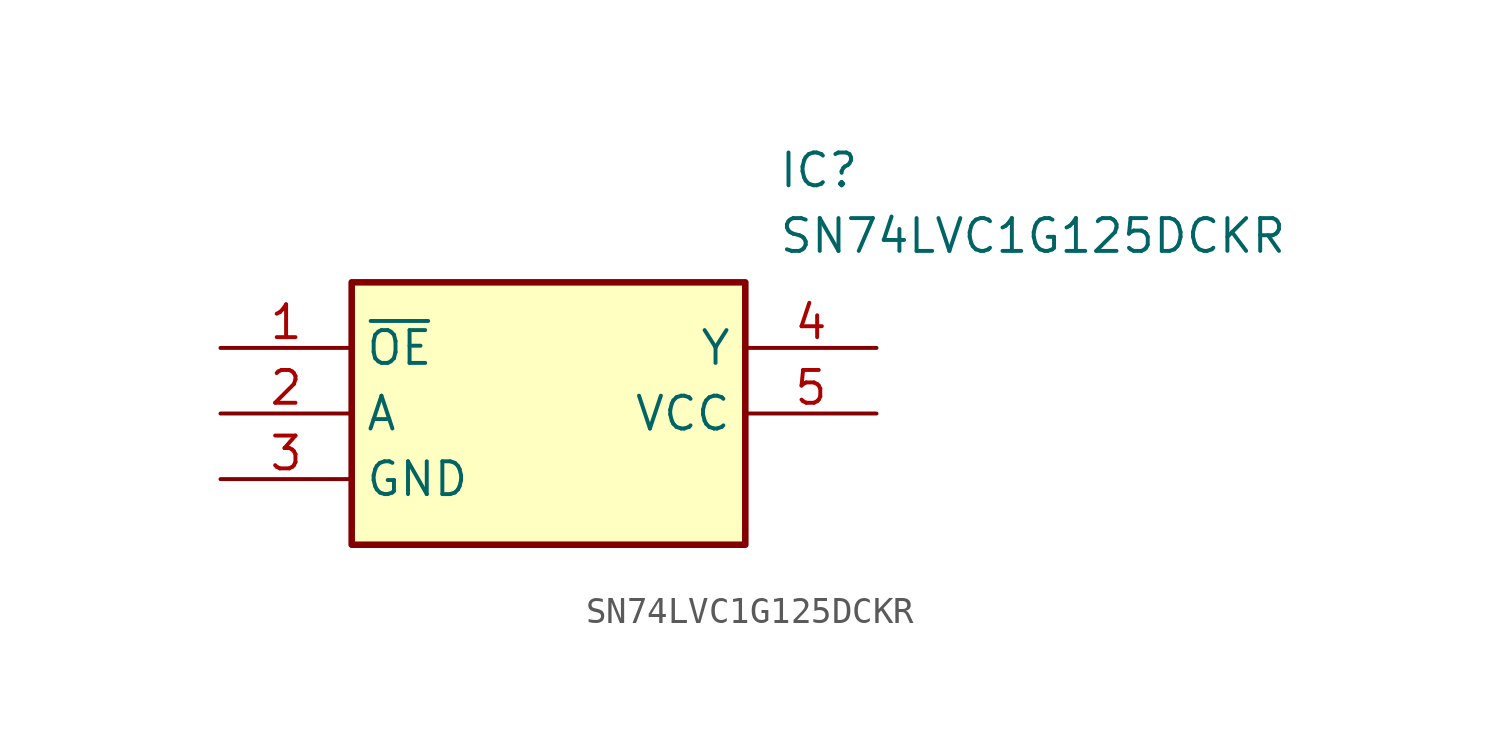
<source format=kicad_sym>
(kicad_symbol_lib
  (version 20211014)
  (generator SamacSys_ECAD_Model)
  (symbol "SN74LVC1G125DCKR"
    (property "Reference" "IC"
      (at 21.59 7.62 0)
      (effects (font (size 1.27 1.27)) (justify left top)))
    (property "Value" "SN74LVC1G125DCKR"
      (at 21.59 5.08 0)
      (effects (font (size 1.27 1.27)) (justify left top)))
    (rectangle
      (start 5.08 2.54)
      (end 20.32 -7.62)
      (stroke (width 0.254) (type default))
      (fill (type background)))
    (pin passive line
      (at 0 0 0)
      (length 5.08)
      (name "~{OE}" (effects (font (size 1.27 1.27))))
      (number "1" (effects (font (size 1.27 1.27)))))
    (pin passive line
      (at 0 -2.54 0)
      (length 5.08)
      (name "A" (effects (font (size 1.27 1.27))))
      (number "2" (effects (font (size 1.27 1.27)))))
    (pin passive line
      (at 0 -5.08 0)
      (length 5.08)
      (name "GND" (effects (font (size 1.27 1.27))))
      (number "3" (effects (font (size 1.27 1.27)))))
    (pin passive line
      (at 25.4 0 180)
      (length 5.08)
      (name "Y" (effects (font (size 1.27 1.27))))
      (number "4" (effects (font (size 1.27 1.27)))))
    (pin passive line
      (at 25.4 -2.54 180)
      (length 5.08)
      (name "VCC" (effects (font (size 1.27 1.27))))
      (number "5" (effects (font (size 1.27 1.27)))))))
</source>
